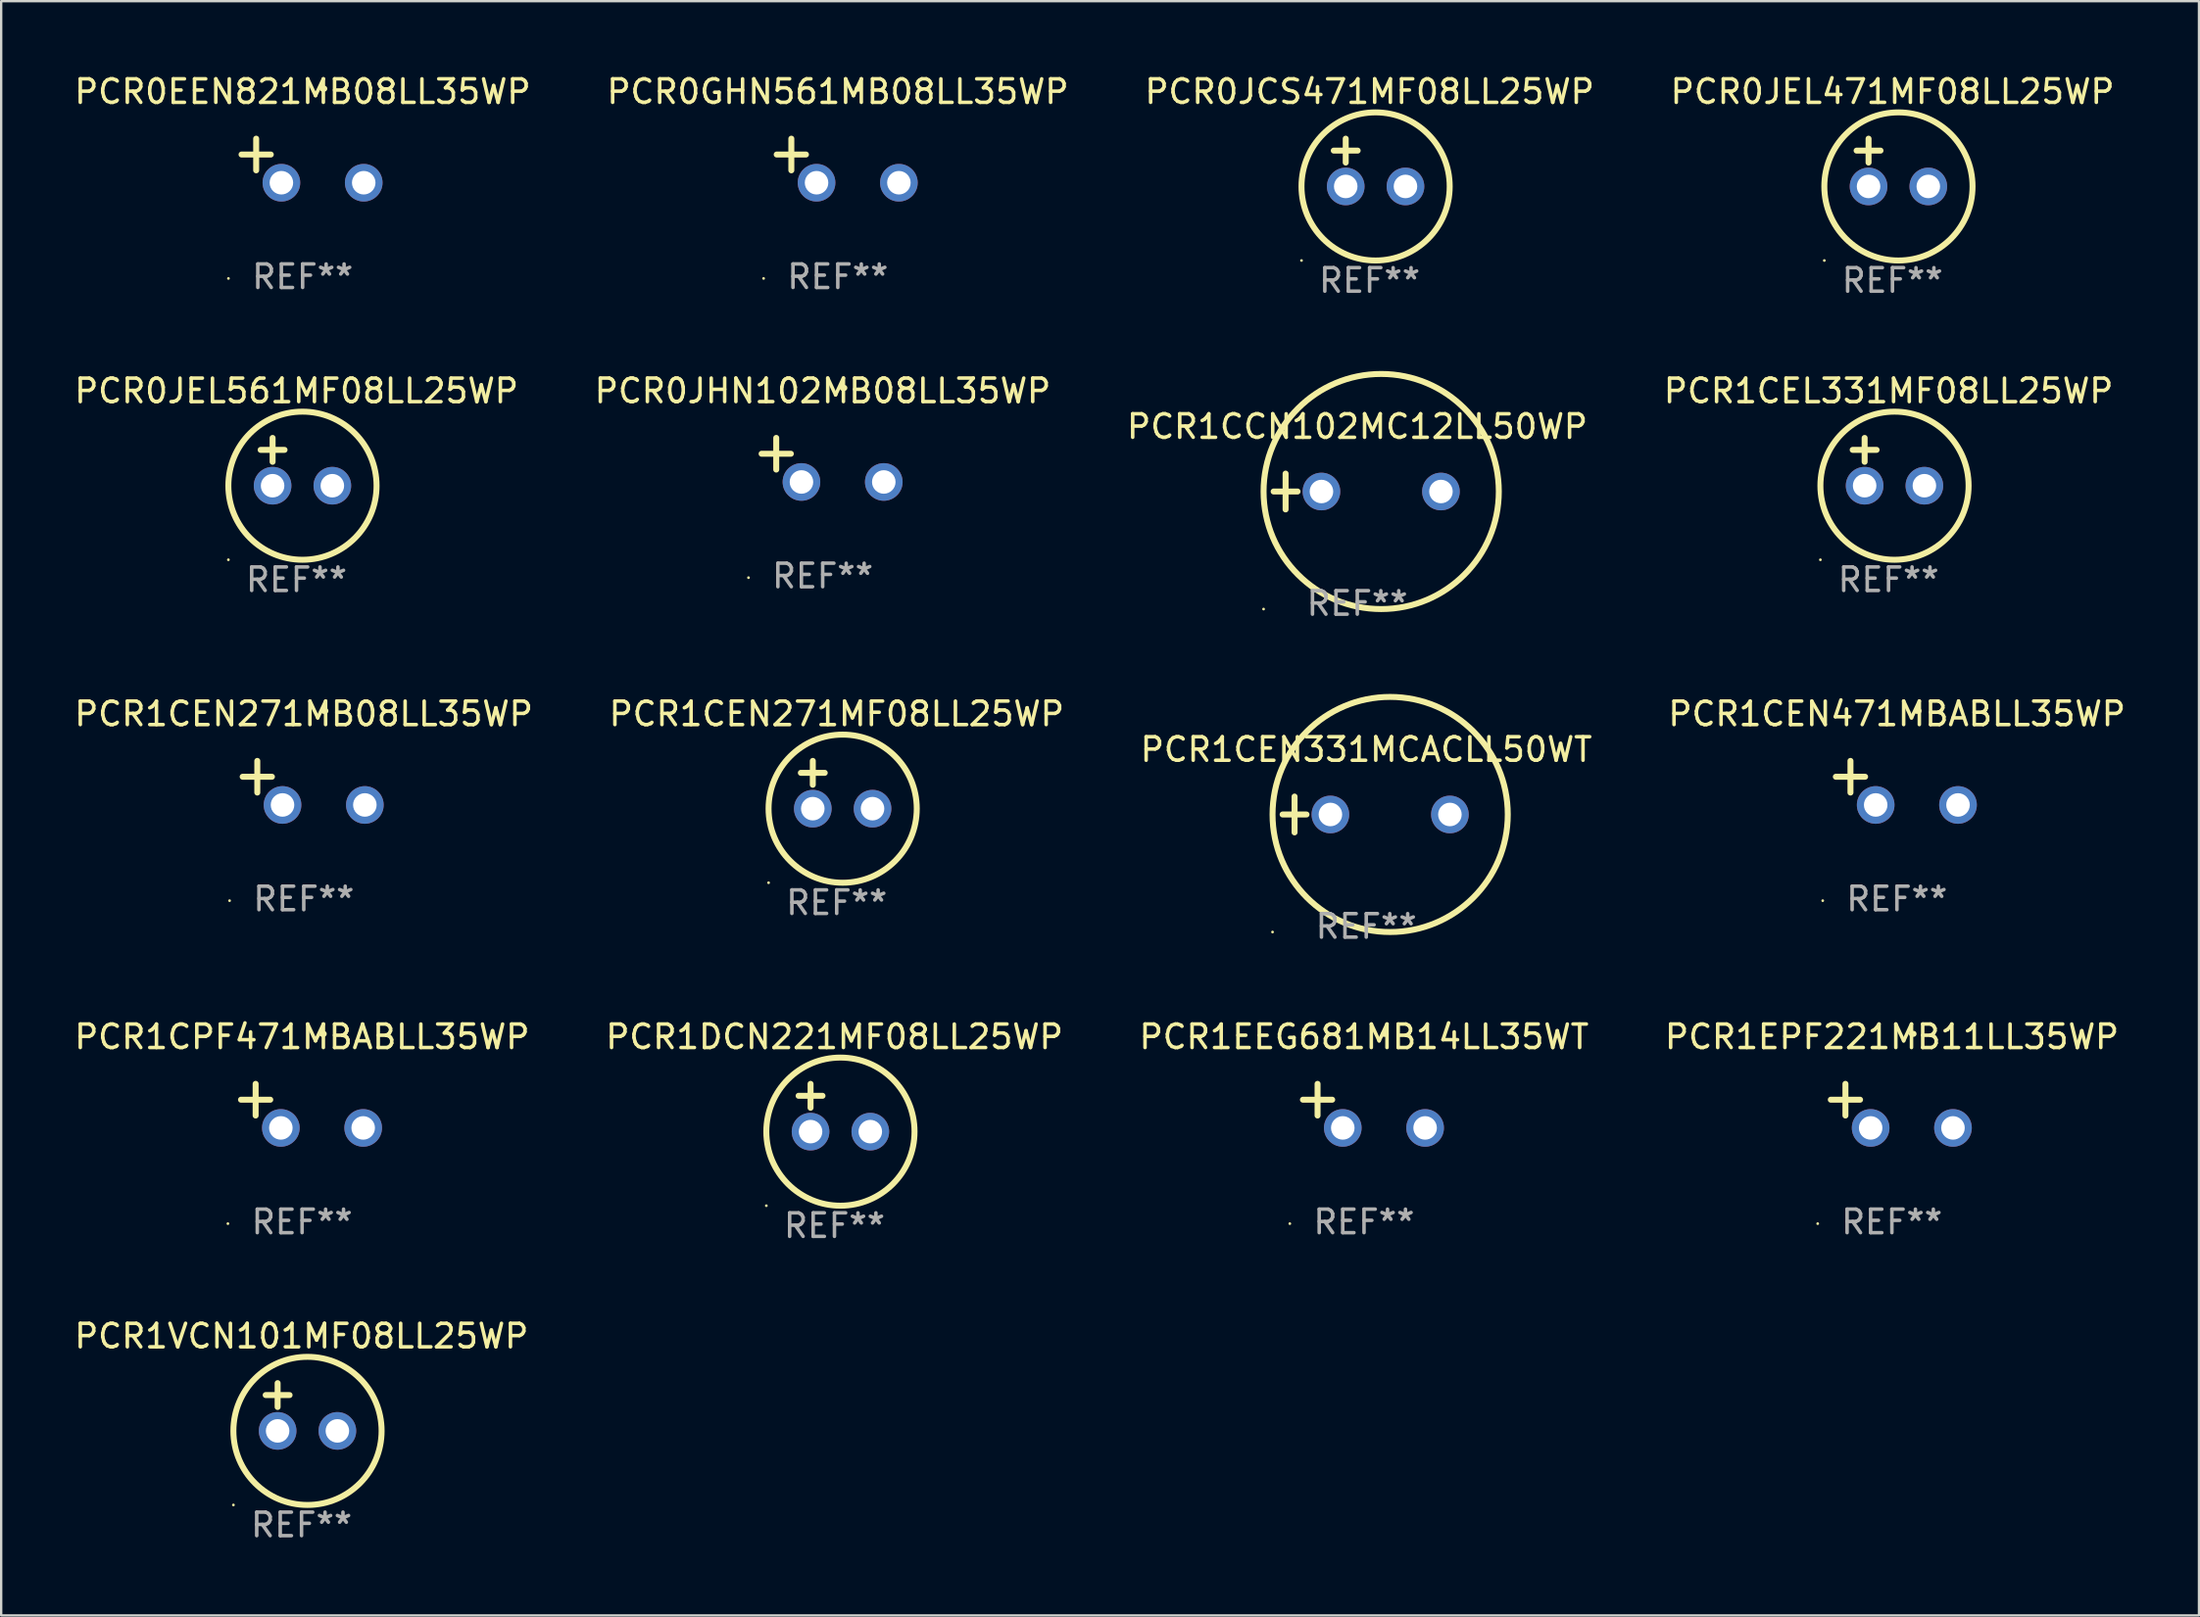
<source format=kicad_pcb>
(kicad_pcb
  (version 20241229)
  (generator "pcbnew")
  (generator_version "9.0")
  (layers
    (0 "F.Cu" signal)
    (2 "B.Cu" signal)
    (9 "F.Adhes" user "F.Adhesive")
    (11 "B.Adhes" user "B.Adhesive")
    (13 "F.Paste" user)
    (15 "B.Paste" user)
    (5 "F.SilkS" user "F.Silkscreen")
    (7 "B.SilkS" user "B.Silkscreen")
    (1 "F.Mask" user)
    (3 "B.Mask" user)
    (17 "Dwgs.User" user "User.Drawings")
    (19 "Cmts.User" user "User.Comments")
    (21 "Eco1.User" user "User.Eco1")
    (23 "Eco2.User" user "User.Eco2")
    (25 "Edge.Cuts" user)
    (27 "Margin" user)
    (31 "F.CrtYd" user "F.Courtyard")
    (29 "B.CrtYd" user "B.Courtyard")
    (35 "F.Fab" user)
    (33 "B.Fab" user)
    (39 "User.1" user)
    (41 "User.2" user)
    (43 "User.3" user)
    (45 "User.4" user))
  (footprint "PCR0JHN102MB08LL35WP"
    (layer "F.Cu")
    (at 31.923 16.513)
    (property "Reference" "PCR0JHN102MB08LL35WP" (at 0 -2.937 0) (layer "F.SilkS") (effects (font (size 1 1) (thickness 0.15))))
    (attr through_hole)
    (fp_line (start -1.975 0.41) (end -1.975 -0.937) (stroke (width 0.254) (type solid)) (layer "F.SilkS"))
    (fp_line (start -1.353 -0.263) (end -2.597 -0.263) (stroke (width 0.254) (type solid)) (layer "F.SilkS"))
    (fp_arc (start 0.849809 -3.063957) (mid 0.885369 -3.064114) (end 0.920929 -3.063957) (stroke (width 0.254001) (type solid)) (layer "F.SilkS"))
    (fp_circle (center -3.154 5.008) (end -3.124 5.008) (stroke (width 0.06) (type solid)) (fill no) (layer "F.SilkS"))
    (fp_text user "REF**" (at 0 4.937 0) (layer "F.Fab") (effects (font (size 1 1) (thickness 0.15))))
    (pad "1" thru_hole circle (at -0.903 0.937) (size 1.6 1.6) (drill 1) (layers "*.Cu" "*.Mask"))
    (pad "2" thru_hole circle (at 2.597 0.937) (size 1.6 1.6) (drill 1) (layers "*.Cu" "*.Mask")))
  (footprint "PCR1CEL331MF08LL25WP"
    (layer "F.Cu")
    (at 77.232 16.593)
    (property "Reference" "PCR1CEL331MF08LL25WP" (at 0 -3.016 0) (layer "F.SilkS") (effects (font (size 1 1) (thickness 0.15))))
    (attr through_hole)
    (fp_line (start -1.524 -0.508) (end -0.508 -0.508) (stroke (width 0.254) (type solid)) (layer "F.SilkS"))
    (fp_line (start -1.016 -1.016) (end -1.016 0) (stroke (width 0.254) (type solid)) (layer "F.SilkS"))
    (fp_circle (center -2.896 4.166) (end -2.866 4.166) (stroke (width 0.06) (type solid)) (fill no) (layer "F.SilkS"))
    (fp_circle (center 0.254 1.016) (end 3.404 1.016) (stroke (width 0.254) (type solid)) (fill no) (layer "F.SilkS"))
    (fp_text user "REF**" (at 0 5.016 0) (layer "F.Fab") (effects (font (size 1 1) (thickness 0.15))))
    (pad "1" thru_hole circle (at -1.016 1.016) (size 1.6 1.6) (drill 1) (layers "*.Cu" "*.Mask"))
    (pad "2" thru_hole circle (at 1.524 1.016) (size 1.6 1.6) (drill 1) (layers "*.Cu" "*.Mask")))
  (footprint "PCR1CEN271MB08LL35WP"
    (layer "F.Cu")
    (at 9.863 30.251)
    (property "Reference" "PCR1CEN271MB08LL35WP" (at 0 -2.937 0) (layer "F.SilkS") (effects (font (size 1 1) (thickness 0.15))))
    (attr through_hole)
    (fp_line (start -1.975 0.41) (end -1.975 -0.937) (stroke (width 0.254) (type solid)) (layer "F.SilkS"))
    (fp_line (start -1.353 -0.263) (end -2.597 -0.263) (stroke (width 0.254) (type solid)) (layer "F.SilkS"))
    (fp_arc (start 0.849809 -3.063957) (mid 0.885369 -3.064114) (end 0.920929 -3.063957) (stroke (width 0.254001) (type solid)) (layer "F.SilkS"))
    (fp_circle (center -3.154 5.008) (end -3.124 5.008) (stroke (width 0.06) (type solid)) (fill no) (layer "F.SilkS"))
    (fp_text user "REF**" (at 0 4.937 0) (layer "F.Fab") (effects (font (size 1 1) (thickness 0.15))))
    (pad "1" thru_hole circle (at -0.903 0.937) (size 1.6 1.6) (drill 1) (layers "*.Cu" "*.Mask"))
    (pad "2" thru_hole circle (at 2.597 0.937) (size 1.6 1.6) (drill 1) (layers "*.Cu" "*.Mask")))
  (footprint "PCR1DCN221MF08LL25WP"
    (layer "F.Cu")
    (at 32.423 44.067)
    (property "Reference" "PCR1DCN221MF08LL25WP" (at 0 -3.016 0) (layer "F.SilkS") (effects (font (size 1 1) (thickness 0.15))))
    (attr through_hole)
    (fp_line (start -1.524 -0.508) (end -0.508 -0.508) (stroke (width 0.254) (type solid)) (layer "F.SilkS"))
    (fp_line (start -1.016 -1.016) (end -1.016 0) (stroke (width 0.254) (type solid)) (layer "F.SilkS"))
    (fp_circle (center -2.896 4.166) (end -2.866 4.166) (stroke (width 0.06) (type solid)) (fill no) (layer "F.SilkS"))
    (fp_circle (center 0.254 1.016) (end 3.404 1.016) (stroke (width 0.254) (type solid)) (fill no) (layer "F.SilkS"))
    (fp_text user "REF**" (at 0 5.016 0) (layer "F.Fab") (effects (font (size 1 1) (thickness 0.15))))
    (pad "1" thru_hole circle (at -1.016 1.016) (size 1.6 1.6) (drill 1) (layers "*.Cu" "*.Mask"))
    (pad "2" thru_hole circle (at 1.524 1.016) (size 1.6 1.6) (drill 1) (layers "*.Cu" "*.Mask")))
  (footprint "PCR1CEN331MCACLL50WT"
    (layer "F.Cu")
    (at 55.03 31.593)
    (property "Reference" "PCR1CEN331MCACLL50WT" (at 0 -2.762 0) (layer "F.SilkS") (effects (font (size 1 1) (thickness 0.15))))
    (attr through_hole)
    (fp_line (start -3.556 0) (end -2.54 0) (stroke (width 0.254) (type solid)) (layer "F.SilkS"))
    (fp_line (start -3.048 -0.762) (end -3.048 0.762) (stroke (width 0.254) (type solid)) (layer "F.SilkS"))
    (fp_circle (center -3.984 5) (end -3.954 5) (stroke (width 0.06) (type solid)) (fill no) (layer "F.SilkS"))
    (fp_circle (center 1.016 0) (end 6.016 0) (stroke (width 0.254) (type solid)) (fill no) (layer "F.SilkS"))
    (fp_text user "REF**" (at 0 4.762 0) (layer "F.Fab") (effects (font (size 1 1) (thickness 0.15))))
    (pad "1" thru_hole circle (at -1.524 0) (size 1.6 1.6) (drill 1) (layers "*.Cu" "*.Mask"))
    (pad "2" thru_hole circle (at 3.556 0) (size 1.6 1.6) (drill 1) (layers "*.Cu" "*.Mask")))
  (footprint "PCR1CPF471MBABLL35WP"
    (layer "F.Cu")
    (at 9.792 43.988)
    (property "Reference" "PCR1CPF471MBABLL35WP" (at 0 -2.937 0) (layer "F.SilkS") (effects (font (size 1 1) (thickness 0.15))))
    (attr through_hole)
    (fp_line (start -1.975 0.41) (end -1.975 -0.937) (stroke (width 0.254) (type solid)) (layer "F.SilkS"))
    (fp_line (start -1.353 -0.263) (end -2.597 -0.263) (stroke (width 0.254) (type solid)) (layer "F.SilkS"))
    (fp_arc (start 0.849809 -3.063957) (mid 0.885369 -3.064114) (end 0.920929 -3.063957) (stroke (width 0.254001) (type solid)) (layer "F.SilkS"))
    (fp_circle (center -3.154 5.008) (end -3.124 5.008) (stroke (width 0.06) (type solid)) (fill no) (layer "F.SilkS"))
    (fp_text user "REF**" (at 0 4.937 0) (layer "F.Fab") (effects (font (size 1 1) (thickness 0.15))))
    (pad "1" thru_hole circle (at -0.903 0.937) (size 1.6 1.6) (drill 1) (layers "*.Cu" "*.Mask"))
    (pad "2" thru_hole circle (at 2.597 0.937) (size 1.6 1.6) (drill 1) (layers "*.Cu" "*.Mask")))
  (footprint "PCR1CEN471MBABLL35WP"
    (layer "F.Cu")
    (at 77.589 30.251)
    (property "Reference" "PCR1CEN471MBABLL35WP" (at 0 -2.937 0) (layer "F.SilkS") (effects (font (size 1 1) (thickness 0.15))))
    (attr through_hole)
    (fp_line (start -1.975 0.41) (end -1.975 -0.937) (stroke (width 0.254) (type solid)) (layer "F.SilkS"))
    (fp_line (start -1.353 -0.263) (end -2.597 -0.263) (stroke (width 0.254) (type solid)) (layer "F.SilkS"))
    (fp_arc (start 0.849809 -3.063957) (mid 0.885369 -3.064114) (end 0.920929 -3.063957) (stroke (width 0.254001) (type solid)) (layer "F.SilkS"))
    (fp_circle (center -3.154 5.008) (end -3.124 5.008) (stroke (width 0.06) (type solid)) (fill no) (layer "F.SilkS"))
    (fp_text user "REF**" (at 0 4.937 0) (layer "F.Fab") (effects (font (size 1 1) (thickness 0.15))))
    (pad "1" thru_hole circle (at -0.903 0.937) (size 1.6 1.6) (drill 1) (layers "*.Cu" "*.Mask"))
    (pad "2" thru_hole circle (at 2.597 0.937) (size 1.6 1.6) (drill 1) (layers "*.Cu" "*.Mask")))
  (footprint "PCR1EEG681MB14LL35WT"
    (layer "F.Cu")
    (at 54.935 43.988)
    (property "Reference" "PCR1EEG681MB14LL35WT" (at 0 -2.937 0) (layer "F.SilkS") (effects (font (size 1 1) (thickness 0.15))))
    (attr through_hole)
    (fp_line (start -1.975 0.41) (end -1.975 -0.937) (stroke (width 0.254) (type solid)) (layer "F.SilkS"))
    (fp_line (start -1.353 -0.263) (end -2.597 -0.263) (stroke (width 0.254) (type solid)) (layer "F.SilkS"))
    (fp_arc (start 0.849809 -3.063957) (mid 0.885369 -3.064114) (end 0.920929 -3.063957) (stroke (width 0.254001) (type solid)) (layer "F.SilkS"))
    (fp_circle (center -3.154 5.008) (end -3.124 5.008) (stroke (width 0.06) (type solid)) (fill no) (layer "F.SilkS"))
    (fp_text user "REF**" (at 0 4.937 0) (layer "F.Fab") (effects (font (size 1 1) (thickness 0.15))))
    (pad "1" thru_hole circle (at -0.903 0.937) (size 1.6 1.6) (drill 1) (layers "*.Cu" "*.Mask"))
    (pad "2" thru_hole circle (at 2.597 0.937) (size 1.6 1.6) (drill 1) (layers "*.Cu" "*.Mask")))
  (footprint "PCR0JCS471MF08LL25WP"
    (layer "F.Cu")
    (at 55.173 3.864)
    (property "Reference" "PCR0JCS471MF08LL25WP" (at 0 -3.016 0) (layer "F.SilkS") (effects (font (size 1 1) (thickness 0.15))))
    (attr through_hole)
    (fp_line (start -1.524 -0.508) (end -0.508 -0.508) (stroke (width 0.254) (type solid)) (layer "F.SilkS"))
    (fp_line (start -1.016 -1.016) (end -1.016 0) (stroke (width 0.254) (type solid)) (layer "F.SilkS"))
    (fp_circle (center -2.896 4.166) (end -2.866 4.166) (stroke (width 0.06) (type solid)) (fill no) (layer "F.SilkS"))
    (fp_circle (center 0.254 1.016) (end 3.404 1.016) (stroke (width 0.254) (type solid)) (fill no) (layer "F.SilkS"))
    (fp_text user "REF**" (at 0 5.016 0) (layer "F.Fab") (effects (font (size 1 1) (thickness 0.15))))
    (pad "1" thru_hole circle (at -1.016 1.016) (size 1.6 1.6) (drill 1) (layers "*.Cu" "*.Mask"))
    (pad "2" thru_hole circle (at 1.524 1.016) (size 1.6 1.6) (drill 1) (layers "*.Cu" "*.Mask")))
  (footprint "PCR1CEN271MF08LL25WP"
    (layer "F.Cu")
    (at 32.518 30.33)
    (property "Reference" "PCR1CEN271MF08LL25WP" (at 0 -3.016 0) (layer "F.SilkS") (effects (font (size 1 1) (thickness 0.15))))
    (attr through_hole)
    (fp_line (start -1.524 -0.508) (end -0.508 -0.508) (stroke (width 0.254) (type solid)) (layer "F.SilkS"))
    (fp_line (start -1.016 -1.016) (end -1.016 0) (stroke (width 0.254) (type solid)) (layer "F.SilkS"))
    (fp_circle (center -2.896 4.166) (end -2.866 4.166) (stroke (width 0.06) (type solid)) (fill no) (layer "F.SilkS"))
    (fp_circle (center 0.254 1.016) (end 3.404 1.016) (stroke (width 0.254) (type solid)) (fill no) (layer "F.SilkS"))
    (fp_text user "REF**" (at 0 5.016 0) (layer "F.Fab") (effects (font (size 1 1) (thickness 0.15))))
    (pad "1" thru_hole circle (at -1.016 1.016) (size 1.6 1.6) (drill 1) (layers "*.Cu" "*.Mask"))
    (pad "2" thru_hole circle (at 1.524 1.016) (size 1.6 1.6) (drill 1) (layers "*.Cu" "*.Mask")))
  (footprint "PCR1CCN102MC12LL50WP"
    (layer "F.Cu")
    (at 54.649 17.856)
    (property "Reference" "PCR1CCN102MC12LL50WP" (at 0 -2.762 0) (layer "F.SilkS") (effects (font (size 1 1) (thickness 0.15))))
    (attr through_hole)
    (fp_line (start -3.556 0) (end -2.54 0) (stroke (width 0.254) (type solid)) (layer "F.SilkS"))
    (fp_line (start -3.048 -0.762) (end -3.048 0.762) (stroke (width 0.254) (type solid)) (layer "F.SilkS"))
    (fp_circle (center -3.984 5) (end -3.954 5) (stroke (width 0.06) (type solid)) (fill no) (layer "F.SilkS"))
    (fp_circle (center 1.016 0) (end 6.016 0) (stroke (width 0.254) (type solid)) (fill no) (layer "F.SilkS"))
    (fp_text user "REF**" (at 0 4.762 0) (layer "F.Fab") (effects (font (size 1 1) (thickness 0.15))))
    (pad "1" thru_hole circle (at -1.524 0) (size 1.6 1.6) (drill 1) (layers "*.Cu" "*.Mask"))
    (pad "2" thru_hole circle (at 3.556 0) (size 1.6 1.6) (drill 1) (layers "*.Cu" "*.Mask")))
  (footprint "PCR0JEL561MF08LL25WP"
    (layer "F.Cu")
    (at 9.554 16.593)
    (property "Reference" "PCR0JEL561MF08LL25WP" (at 0 -3.016 0) (layer "F.SilkS") (effects (font (size 1 1) (thickness 0.15))))
    (attr through_hole)
    (fp_line (start -1.524 -0.508) (end -0.508 -0.508) (stroke (width 0.254) (type solid)) (layer "F.SilkS"))
    (fp_line (start -1.016 -1.016) (end -1.016 0) (stroke (width 0.254) (type solid)) (layer "F.SilkS"))
    (fp_circle (center -2.896 4.166) (end -2.866 4.166) (stroke (width 0.06) (type solid)) (fill no) (layer "F.SilkS"))
    (fp_circle (center 0.254 1.016) (end 3.404 1.016) (stroke (width 0.254) (type solid)) (fill no) (layer "F.SilkS"))
    (fp_text user "REF**" (at 0 5.016 0) (layer "F.Fab") (effects (font (size 1 1) (thickness 0.15))))
    (pad "1" thru_hole circle (at -1.016 1.016) (size 1.6 1.6) (drill 1) (layers "*.Cu" "*.Mask"))
    (pad "2" thru_hole circle (at 1.524 1.016) (size 1.6 1.6) (drill 1) (layers "*.Cu" "*.Mask")))
  (footprint "PCR0JEL471MF08LL25WP"
    (layer "F.Cu")
    (at 77.399 3.864)
    (property "Reference" "PCR0JEL471MF08LL25WP" (at 0 -3.016 0) (layer "F.SilkS") (effects (font (size 1 1) (thickness 0.15))))
    (attr through_hole)
    (fp_line (start -1.524 -0.508) (end -0.508 -0.508) (stroke (width 0.254) (type solid)) (layer "F.SilkS"))
    (fp_line (start -1.016 -1.016) (end -1.016 0) (stroke (width 0.254) (type solid)) (layer "F.SilkS"))
    (fp_circle (center -2.896 4.166) (end -2.866 4.166) (stroke (width 0.06) (type solid)) (fill no) (layer "F.SilkS"))
    (fp_circle (center 0.254 1.016) (end 3.404 1.016) (stroke (width 0.254) (type solid)) (fill no) (layer "F.SilkS"))
    (fp_text user "REF**" (at 0 5.016 0) (layer "F.Fab") (effects (font (size 1 1) (thickness 0.15))))
    (pad "1" thru_hole circle (at -1.016 1.016) (size 1.6 1.6) (drill 1) (layers "*.Cu" "*.Mask"))
    (pad "2" thru_hole circle (at 1.524 1.016) (size 1.6 1.6) (drill 1) (layers "*.Cu" "*.Mask")))
  (footprint "PCR1VCN101MF08LL25WP"
    (layer "F.Cu")
    (at 9.768 56.796)
    (property "Reference" "PCR1VCN101MF08LL25WP" (at 0 -3.016 0) (layer "F.SilkS") (effects (font (size 1 1) (thickness 0.15))))
    (attr through_hole)
    (fp_line (start -1.524 -0.508) (end -0.508 -0.508) (stroke (width 0.254) (type solid)) (layer "F.SilkS"))
    (fp_line (start -1.016 -1.016) (end -1.016 0) (stroke (width 0.254) (type solid)) (layer "F.SilkS"))
    (fp_circle (center -2.896 4.166) (end -2.866 4.166) (stroke (width 0.06) (type solid)) (fill no) (layer "F.SilkS"))
    (fp_circle (center 0.254 1.016) (end 3.404 1.016) (stroke (width 0.254) (type solid)) (fill no) (layer "F.SilkS"))
    (fp_text user "REF**" (at 0 5.016 0) (layer "F.Fab") (effects (font (size 1 1) (thickness 0.15))))
    (pad "1" thru_hole circle (at -1.016 1.016) (size 1.6 1.6) (drill 1) (layers "*.Cu" "*.Mask"))
    (pad "2" thru_hole circle (at 1.524 1.016) (size 1.6 1.6) (drill 1) (layers "*.Cu" "*.Mask")))
  (footprint "PCR0EEN821MB08LL35WP"
    (layer "F.Cu")
    (at 9.815 3.785)
    (property "Reference" "PCR0EEN821MB08LL35WP" (at 0 -2.937 0) (layer "F.SilkS") (effects (font (size 1 1) (thickness 0.15))))
    (attr through_hole)
    (fp_line (start -1.975 0.41) (end -1.975 -0.937) (stroke (width 0.254) (type solid)) (layer "F.SilkS"))
    (fp_line (start -1.353 -0.263) (end -2.597 -0.263) (stroke (width 0.254) (type solid)) (layer "F.SilkS"))
    (fp_arc (start 0.849809 -3.063957) (mid 0.885369 -3.064114) (end 0.920929 -3.063957) (stroke (width 0.254001) (type solid)) (layer "F.SilkS"))
    (fp_circle (center -3.154 5.008) (end -3.124 5.008) (stroke (width 0.06) (type solid)) (fill no) (layer "F.SilkS"))
    (fp_text user "REF**" (at 0 4.937 0) (layer "F.Fab") (effects (font (size 1 1) (thickness 0.15))))
    (pad "1" thru_hole circle (at -0.903 0.937) (size 1.6 1.6) (drill 1) (layers "*.Cu" "*.Mask"))
    (pad "2" thru_hole circle (at 2.597 0.937) (size 1.6 1.6) (drill 1) (layers "*.Cu" "*.Mask")))
  (footprint "PCR0GHN561MB08LL35WP"
    (layer "F.Cu")
    (at 32.565 3.785)
    (property "Reference" "PCR0GHN561MB08LL35WP" (at 0 -2.937 0) (layer "F.SilkS") (effects (font (size 1 1) (thickness 0.15))))
    (attr through_hole)
    (fp_line (start -1.975 0.41) (end -1.975 -0.937) (stroke (width 0.254) (type solid)) (layer "F.SilkS"))
    (fp_line (start -1.353 -0.263) (end -2.597 -0.263) (stroke (width 0.254) (type solid)) (layer "F.SilkS"))
    (fp_arc (start 0.849809 -3.063957) (mid 0.885369 -3.064114) (end 0.920929 -3.063957) (stroke (width 0.254001) (type solid)) (layer "F.SilkS"))
    (fp_circle (center -3.154 5.008) (end -3.124 5.008) (stroke (width 0.06) (type solid)) (fill no) (layer "F.SilkS"))
    (fp_text user "REF**" (at 0 4.937 0) (layer "F.Fab") (effects (font (size 1 1) (thickness 0.15))))
    (pad "1" thru_hole circle (at -0.903 0.937) (size 1.6 1.6) (drill 1) (layers "*.Cu" "*.Mask"))
    (pad "2" thru_hole circle (at 2.597 0.937) (size 1.6 1.6) (drill 1) (layers "*.Cu" "*.Mask")))
  (footprint "PCR1EPF221MB11LL35WP"
    (layer "F.Cu")
    (at 77.375 43.988)
    (property "Reference" "PCR1EPF221MB11LL35WP" (at 0 -2.937 0) (layer "F.SilkS") (effects (font (size 1 1) (thickness 0.15))))
    (attr through_hole)
    (fp_line (start -1.975 0.41) (end -1.975 -0.937) (stroke (width 0.254) (type solid)) (layer "F.SilkS"))
    (fp_line (start -1.353 -0.263) (end -2.597 -0.263) (stroke (width 0.254) (type solid)) (layer "F.SilkS"))
    (fp_arc (start 0.849809 -3.063957) (mid 0.885369 -3.064114) (end 0.920929 -3.063957) (stroke (width 0.254001) (type solid)) (layer "F.SilkS"))
    (fp_circle (center -3.154 5.008) (end -3.124 5.008) (stroke (width 0.06) (type solid)) (fill no) (layer "F.SilkS"))
    (fp_text user "REF**" (at 0 4.937 0) (layer "F.Fab") (effects (font (size 1 1) (thickness 0.15))))
    (pad "1" thru_hole circle (at -0.903 0.937) (size 1.6 1.6) (drill 1) (layers "*.Cu" "*.Mask"))
    (pad "2" thru_hole circle (at 2.597 0.937) (size 1.6 1.6) (drill 1) (layers "*.Cu" "*.Mask")))
  (gr_rect
    (start -3 -3)
    (end 90.429 65.66)
    (stroke (width 0.1) (type default))
    (fill no)
    (layer "Edge.Cuts")))
</source>
